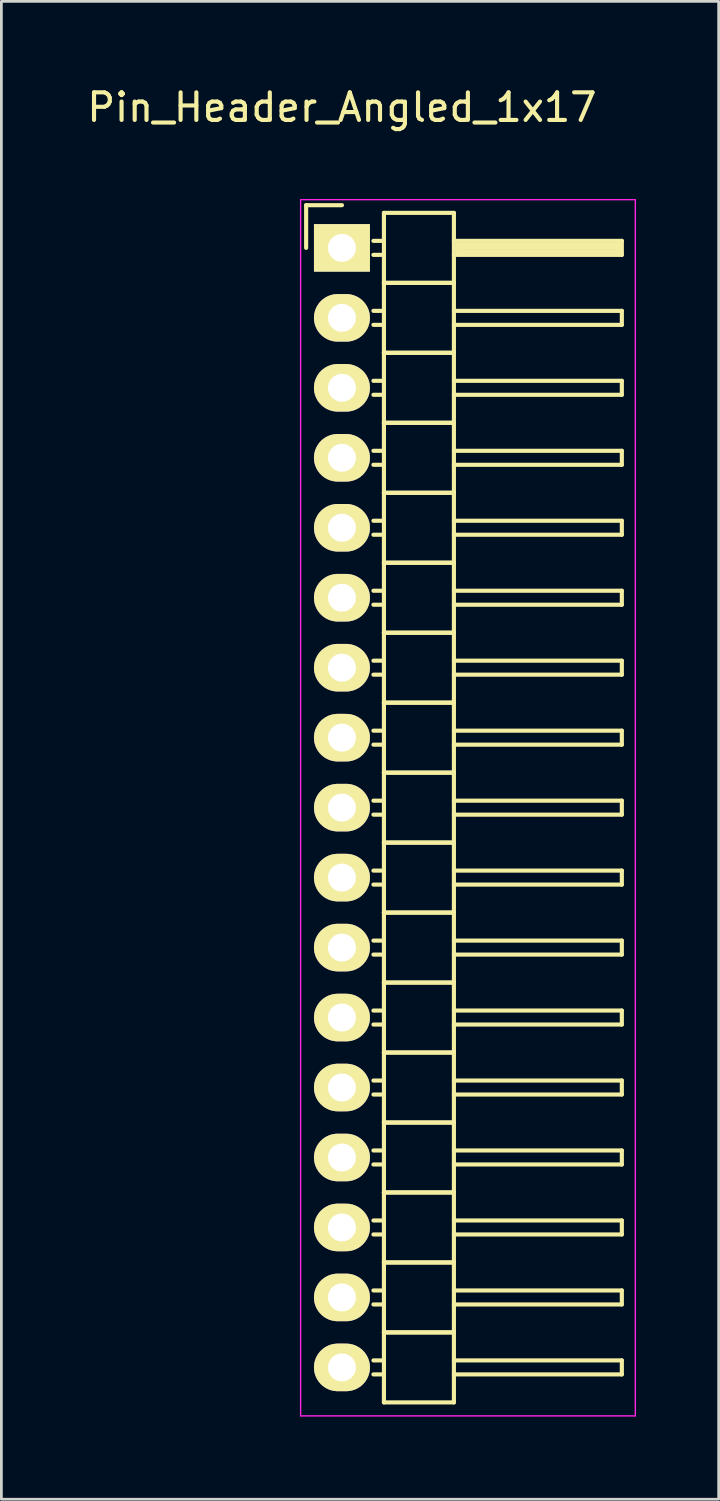
<source format=kicad_pcb>
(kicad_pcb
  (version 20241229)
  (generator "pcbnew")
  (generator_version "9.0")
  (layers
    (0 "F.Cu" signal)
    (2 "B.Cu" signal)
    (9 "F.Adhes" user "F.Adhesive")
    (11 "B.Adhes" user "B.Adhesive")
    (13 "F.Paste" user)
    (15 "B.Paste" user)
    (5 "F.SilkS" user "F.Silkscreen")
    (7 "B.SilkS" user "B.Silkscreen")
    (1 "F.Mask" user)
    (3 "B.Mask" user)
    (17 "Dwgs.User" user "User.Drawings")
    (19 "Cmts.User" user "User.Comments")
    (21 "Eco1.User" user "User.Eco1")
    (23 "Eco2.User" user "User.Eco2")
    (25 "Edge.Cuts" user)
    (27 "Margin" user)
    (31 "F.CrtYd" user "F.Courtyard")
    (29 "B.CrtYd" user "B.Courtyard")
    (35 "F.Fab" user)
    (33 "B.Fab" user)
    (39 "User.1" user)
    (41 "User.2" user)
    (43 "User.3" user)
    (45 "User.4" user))
  (footprint "Pin_Header_Angled_1x17"
    (layer "F.Cu")
    (at 9.363 5.948)
    (property "Reference" "Pin_Header_Angled_1x17" (at 0 -5.1 0) (layer "F.SilkS") (effects (font (size 1 1) (thickness 0.15))))
    (attr through_hole)
    (fp_line (start -1.3 -1.55) (end -1.3 0) (stroke (width 0.15) (type solid)) (layer "F.SilkS"))
    (fp_line (start 0 -1.55) (end -1.3 -1.55) (stroke (width 0.15) (type solid)) (layer "F.SilkS"))
    (fp_line (start 1.524 -1.27) (end 1.524 1.27) (stroke (width 0.15) (type solid)) (layer "F.SilkS"))
    (fp_line (start 1.524 -1.27) (end 4.064 -1.27) (stroke (width 0.15) (type solid)) (layer "F.SilkS"))
    (fp_line (start 1.524 -0.254) (end 1.143 -0.254) (stroke (width 0.15) (type solid)) (layer "F.SilkS"))
    (fp_line (start 1.524 0.254) (end 1.143 0.254) (stroke (width 0.15) (type solid)) (layer "F.SilkS"))
    (fp_line (start 1.524 1.27) (end 1.524 3.81) (stroke (width 0.15) (type solid)) (layer "F.SilkS"))
    (fp_line (start 1.524 1.27) (end 4.064 1.27) (stroke (width 0.15) (type solid)) (layer "F.SilkS"))
    (fp_line (start 1.524 1.27) (end 4.064 1.27) (stroke (width 0.15) (type solid)) (layer "F.SilkS"))
    (fp_line (start 1.524 2.286) (end 1.143 2.286) (stroke (width 0.15) (type solid)) (layer "F.SilkS"))
    (fp_line (start 1.524 2.794) (end 1.143 2.794) (stroke (width 0.15) (type solid)) (layer "F.SilkS"))
    (fp_line (start 1.524 3.81) (end 1.524 6.35) (stroke (width 0.15) (type solid)) (layer "F.SilkS"))
    (fp_line (start 1.524 3.81) (end 4.064 3.81) (stroke (width 0.15) (type solid)) (layer "F.SilkS"))
    (fp_line (start 1.524 3.81) (end 4.064 3.81) (stroke (width 0.15) (type solid)) (layer "F.SilkS"))
    (fp_line (start 1.524 4.826) (end 1.143 4.826) (stroke (width 0.15) (type solid)) (layer "F.SilkS"))
    (fp_line (start 1.524 5.334) (end 1.143 5.334) (stroke (width 0.15) (type solid)) (layer "F.SilkS"))
    (fp_line (start 1.524 6.35) (end 1.524 8.89) (stroke (width 0.15) (type solid)) (layer "F.SilkS"))
    (fp_line (start 1.524 6.35) (end 4.064 6.35) (stroke (width 0.15) (type solid)) (layer "F.SilkS"))
    (fp_line (start 1.524 6.35) (end 4.064 6.35) (stroke (width 0.15) (type solid)) (layer "F.SilkS"))
    (fp_line (start 1.524 7.366) (end 1.143 7.366) (stroke (width 0.15) (type solid)) (layer "F.SilkS"))
    (fp_line (start 1.524 7.874) (end 1.143 7.874) (stroke (width 0.15) (type solid)) (layer "F.SilkS"))
    (fp_line (start 1.524 8.89) (end 1.524 11.43) (stroke (width 0.15) (type solid)) (layer "F.SilkS"))
    (fp_line (start 1.524 8.89) (end 4.064 8.89) (stroke (width 0.15) (type solid)) (layer "F.SilkS"))
    (fp_line (start 1.524 8.89) (end 4.064 8.89) (stroke (width 0.15) (type solid)) (layer "F.SilkS"))
    (fp_line (start 1.524 9.906) (end 1.143 9.906) (stroke (width 0.15) (type solid)) (layer "F.SilkS"))
    (fp_line (start 1.524 10.414) (end 1.143 10.414) (stroke (width 0.15) (type solid)) (layer "F.SilkS"))
    (fp_line (start 1.524 11.43) (end 1.524 13.97) (stroke (width 0.15) (type solid)) (layer "F.SilkS"))
    (fp_line (start 1.524 11.43) (end 4.064 11.43) (stroke (width 0.15) (type solid)) (layer "F.SilkS"))
    (fp_line (start 1.524 11.43) (end 4.064 11.43) (stroke (width 0.15) (type solid)) (layer "F.SilkS"))
    (fp_line (start 1.524 12.446) (end 1.143 12.446) (stroke (width 0.15) (type solid)) (layer "F.SilkS"))
    (fp_line (start 1.524 12.954) (end 1.143 12.954) (stroke (width 0.15) (type solid)) (layer "F.SilkS"))
    (fp_line (start 1.524 13.97) (end 1.524 16.51) (stroke (width 0.15) (type solid)) (layer "F.SilkS"))
    (fp_line (start 1.524 13.97) (end 4.064 13.97) (stroke (width 0.15) (type solid)) (layer "F.SilkS"))
    (fp_line (start 1.524 13.97) (end 4.064 13.97) (stroke (width 0.15) (type solid)) (layer "F.SilkS"))
    (fp_line (start 1.524 14.986) (end 1.143 14.986) (stroke (width 0.15) (type solid)) (layer "F.SilkS"))
    (fp_line (start 1.524 15.494) (end 1.143 15.494) (stroke (width 0.15) (type solid)) (layer "F.SilkS"))
    (fp_line (start 1.524 16.51) (end 1.524 19.05) (stroke (width 0.15) (type solid)) (layer "F.SilkS"))
    (fp_line (start 1.524 16.51) (end 4.064 16.51) (stroke (width 0.15) (type solid)) (layer "F.SilkS"))
    (fp_line (start 1.524 16.51) (end 4.064 16.51) (stroke (width 0.15) (type solid)) (layer "F.SilkS"))
    (fp_line (start 1.524 17.526) (end 1.143 17.526) (stroke (width 0.15) (type solid)) (layer "F.SilkS"))
    (fp_line (start 1.524 18.034) (end 1.143 18.034) (stroke (width 0.15) (type solid)) (layer "F.SilkS"))
    (fp_line (start 1.524 19.05) (end 1.524 21.59) (stroke (width 0.15) (type solid)) (layer "F.SilkS"))
    (fp_line (start 1.524 19.05) (end 4.064 19.05) (stroke (width 0.15) (type solid)) (layer "F.SilkS"))
    (fp_line (start 1.524 19.05) (end 4.064 19.05) (stroke (width 0.15) (type solid)) (layer "F.SilkS"))
    (fp_line (start 1.524 20.066) (end 1.143 20.066) (stroke (width 0.15) (type solid)) (layer "F.SilkS"))
    (fp_line (start 1.524 20.574) (end 1.143 20.574) (stroke (width 0.15) (type solid)) (layer "F.SilkS"))
    (fp_line (start 1.524 21.59) (end 1.524 24.13) (stroke (width 0.15) (type solid)) (layer "F.SilkS"))
    (fp_line (start 1.524 21.59) (end 4.064 21.59) (stroke (width 0.15) (type solid)) (layer "F.SilkS"))
    (fp_line (start 1.524 21.59) (end 4.064 21.59) (stroke (width 0.15) (type solid)) (layer "F.SilkS"))
    (fp_line (start 1.524 22.606) (end 1.143 22.606) (stroke (width 0.15) (type solid)) (layer "F.SilkS"))
    (fp_line (start 1.524 23.114) (end 1.143 23.114) (stroke (width 0.15) (type solid)) (layer "F.SilkS"))
    (fp_line (start 1.524 24.13) (end 1.524 26.67) (stroke (width 0.15) (type solid)) (layer "F.SilkS"))
    (fp_line (start 1.524 24.13) (end 4.064 24.13) (stroke (width 0.15) (type solid)) (layer "F.SilkS"))
    (fp_line (start 1.524 24.13) (end 4.064 24.13) (stroke (width 0.15) (type solid)) (layer "F.SilkS"))
    (fp_line (start 1.524 25.146) (end 1.143 25.146) (stroke (width 0.15) (type solid)) (layer "F.SilkS"))
    (fp_line (start 1.524 25.654) (end 1.143 25.654) (stroke (width 0.15) (type solid)) (layer "F.SilkS"))
    (fp_line (start 1.524 26.67) (end 1.524 29.21) (stroke (width 0.15) (type solid)) (layer "F.SilkS"))
    (fp_line (start 1.524 26.67) (end 4.064 26.67) (stroke (width 0.15) (type solid)) (layer "F.SilkS"))
    (fp_line (start 1.524 26.67) (end 4.064 26.67) (stroke (width 0.15) (type solid)) (layer "F.SilkS"))
    (fp_line (start 1.524 27.686) (end 1.143 27.686) (stroke (width 0.15) (type solid)) (layer "F.SilkS"))
    (fp_line (start 1.524 28.194) (end 1.143 28.194) (stroke (width 0.15) (type solid)) (layer "F.SilkS"))
    (fp_line (start 1.524 29.21) (end 1.524 31.75) (stroke (width 0.15) (type solid)) (layer "F.SilkS"))
    (fp_line (start 1.524 29.21) (end 4.064 29.21) (stroke (width 0.15) (type solid)) (layer "F.SilkS"))
    (fp_line (start 1.524 29.21) (end 4.064 29.21) (stroke (width 0.15) (type solid)) (layer "F.SilkS"))
    (fp_line (start 1.524 30.226) (end 1.143 30.226) (stroke (width 0.15) (type solid)) (layer "F.SilkS"))
    (fp_line (start 1.524 30.734) (end 1.143 30.734) (stroke (width 0.15) (type solid)) (layer "F.SilkS"))
    (fp_line (start 1.524 31.75) (end 1.524 34.29) (stroke (width 0.15) (type solid)) (layer "F.SilkS"))
    (fp_line (start 1.524 31.75) (end 4.064 31.75) (stroke (width 0.15) (type solid)) (layer "F.SilkS"))
    (fp_line (start 1.524 31.75) (end 4.064 31.75) (stroke (width 0.15) (type solid)) (layer "F.SilkS"))
    (fp_line (start 1.524 32.766) (end 1.143 32.766) (stroke (width 0.15) (type solid)) (layer "F.SilkS"))
    (fp_line (start 1.524 33.274) (end 1.143 33.274) (stroke (width 0.15) (type solid)) (layer "F.SilkS"))
    (fp_line (start 1.524 34.29) (end 1.524 36.83) (stroke (width 0.15) (type solid)) (layer "F.SilkS"))
    (fp_line (start 1.524 34.29) (end 4.064 34.29) (stroke (width 0.15) (type solid)) (layer "F.SilkS"))
    (fp_line (start 1.524 34.29) (end 4.064 34.29) (stroke (width 0.15) (type solid)) (layer "F.SilkS"))
    (fp_line (start 1.524 35.306) (end 1.143 35.306) (stroke (width 0.15) (type solid)) (layer "F.SilkS"))
    (fp_line (start 1.524 35.814) (end 1.143 35.814) (stroke (width 0.15) (type solid)) (layer "F.SilkS"))
    (fp_line (start 1.524 36.83) (end 1.524 39.37) (stroke (width 0.15) (type solid)) (layer "F.SilkS"))
    (fp_line (start 1.524 36.83) (end 4.064 36.83) (stroke (width 0.15) (type solid)) (layer "F.SilkS"))
    (fp_line (start 1.524 36.83) (end 4.064 36.83) (stroke (width 0.15) (type solid)) (layer "F.SilkS"))
    (fp_line (start 1.524 37.846) (end 1.143 37.846) (stroke (width 0.15) (type solid)) (layer "F.SilkS"))
    (fp_line (start 1.524 38.354) (end 1.143 38.354) (stroke (width 0.15) (type solid)) (layer "F.SilkS"))
    (fp_line (start 1.524 39.37) (end 1.524 41.91) (stroke (width 0.15) (type solid)) (layer "F.SilkS"))
    (fp_line (start 1.524 39.37) (end 4.064 39.37) (stroke (width 0.15) (type solid)) (layer "F.SilkS"))
    (fp_line (start 1.524 39.37) (end 4.064 39.37) (stroke (width 0.15) (type solid)) (layer "F.SilkS"))
    (fp_line (start 1.524 40.386) (end 1.143 40.386) (stroke (width 0.15) (type solid)) (layer "F.SilkS"))
    (fp_line (start 1.524 40.894) (end 1.143 40.894) (stroke (width 0.15) (type solid)) (layer "F.SilkS"))
    (fp_line (start 1.524 41.91) (end 4.064 41.91) (stroke (width 0.15) (type solid)) (layer "F.SilkS"))
    (fp_line (start 4.064 -0.254) (end 10.16 -0.254) (stroke (width 0.15) (type solid)) (layer "F.SilkS"))
    (fp_line (start 4.064 1.27) (end 4.064 -1.27) (stroke (width 0.15) (type solid)) (layer "F.SilkS"))
    (fp_line (start 4.064 2.286) (end 10.16 2.286) (stroke (width 0.15) (type solid)) (layer "F.SilkS"))
    (fp_line (start 4.064 3.81) (end 4.064 1.27) (stroke (width 0.15) (type solid)) (layer "F.SilkS"))
    (fp_line (start 4.064 4.826) (end 10.16 4.826) (stroke (width 0.15) (type solid)) (layer "F.SilkS"))
    (fp_line (start 4.064 6.35) (end 4.064 3.81) (stroke (width 0.15) (type solid)) (layer "F.SilkS"))
    (fp_line (start 4.064 7.366) (end 10.16 7.366) (stroke (width 0.15) (type solid)) (layer "F.SilkS"))
    (fp_line (start 4.064 8.89) (end 4.064 6.35) (stroke (width 0.15) (type solid)) (layer "F.SilkS"))
    (fp_line (start 4.064 9.906) (end 10.16 9.906) (stroke (width 0.15) (type solid)) (layer "F.SilkS"))
    (fp_line (start 4.064 11.43) (end 4.064 8.89) (stroke (width 0.15) (type solid)) (layer "F.SilkS"))
    (fp_line (start 4.064 12.446) (end 10.16 12.446) (stroke (width 0.15) (type solid)) (layer "F.SilkS"))
    (fp_line (start 4.064 13.97) (end 4.064 11.43) (stroke (width 0.15) (type solid)) (layer "F.SilkS"))
    (fp_line (start 4.064 14.986) (end 10.16 14.986) (stroke (width 0.15) (type solid)) (layer "F.SilkS"))
    (fp_line (start 4.064 16.51) (end 4.064 13.97) (stroke (width 0.15) (type solid)) (layer "F.SilkS"))
    (fp_line (start 4.064 17.526) (end 10.16 17.526) (stroke (width 0.15) (type solid)) (layer "F.SilkS"))
    (fp_line (start 4.064 19.05) (end 4.064 16.51) (stroke (width 0.15) (type solid)) (layer "F.SilkS"))
    (fp_line (start 4.064 20.066) (end 10.16 20.066) (stroke (width 0.15) (type solid)) (layer "F.SilkS"))
    (fp_line (start 4.064 21.59) (end 4.064 19.05) (stroke (width 0.15) (type solid)) (layer "F.SilkS"))
    (fp_line (start 4.064 22.606) (end 10.16 22.606) (stroke (width 0.15) (type solid)) (layer "F.SilkS"))
    (fp_line (start 4.064 24.13) (end 4.064 21.59) (stroke (width 0.15) (type solid)) (layer "F.SilkS"))
    (fp_line (start 4.064 25.146) (end 10.16 25.146) (stroke (width 0.15) (type solid)) (layer "F.SilkS"))
    (fp_line (start 4.064 26.67) (end 4.064 24.13) (stroke (width 0.15) (type solid)) (layer "F.SilkS"))
    (fp_line (start 4.064 27.686) (end 10.16 27.686) (stroke (width 0.15) (type solid)) (layer "F.SilkS"))
    (fp_line (start 4.064 29.21) (end 4.064 26.67) (stroke (width 0.15) (type solid)) (layer "F.SilkS"))
    (fp_line (start 4.064 30.226) (end 10.16 30.226) (stroke (width 0.15) (type solid)) (layer "F.SilkS"))
    (fp_line (start 4.064 31.75) (end 4.064 29.21) (stroke (width 0.15) (type solid)) (layer "F.SilkS"))
    (fp_line (start 4.064 32.766) (end 10.16 32.766) (stroke (width 0.15) (type solid)) (layer "F.SilkS"))
    (fp_line (start 4.064 34.29) (end 4.064 31.75) (stroke (width 0.15) (type solid)) (layer "F.SilkS"))
    (fp_line (start 4.064 35.306) (end 10.16 35.306) (stroke (width 0.15) (type solid)) (layer "F.SilkS"))
    (fp_line (start 4.064 36.83) (end 4.064 34.29) (stroke (width 0.15) (type solid)) (layer "F.SilkS"))
    (fp_line (start 4.064 37.846) (end 10.16 37.846) (stroke (width 0.15) (type solid)) (layer "F.SilkS"))
    (fp_line (start 4.064 39.37) (end 4.064 36.83) (stroke (width 0.15) (type solid)) (layer "F.SilkS"))
    (fp_line (start 4.064 40.386) (end 10.16 40.386) (stroke (width 0.15) (type solid)) (layer "F.SilkS"))
    (fp_line (start 4.064 41.91) (end 4.064 39.37) (stroke (width 0.15) (type solid)) (layer "F.SilkS"))
    (fp_line (start 4.191 -0.127) (end 10.033 -0.127) (stroke (width 0.15) (type solid)) (layer "F.SilkS"))
    (fp_line (start 4.191 0) (end 10.033 0) (stroke (width 0.15) (type solid)) (layer "F.SilkS"))
    (fp_line (start 4.191 0.127) (end 4.191 0) (stroke (width 0.15) (type solid)) (layer "F.SilkS"))
    (fp_line (start 10.033 -0.127) (end 10.033 0.127) (stroke (width 0.15) (type solid)) (layer "F.SilkS"))
    (fp_line (start 10.033 0.127) (end 4.191 0.127) (stroke (width 0.15) (type solid)) (layer "F.SilkS"))
    (fp_line (start 10.16 -0.254) (end 10.16 0.254) (stroke (width 0.15) (type solid)) (layer "F.SilkS"))
    (fp_line (start 10.16 0.254) (end 4.064 0.254) (stroke (width 0.15) (type solid)) (layer "F.SilkS"))
    (fp_line (start 10.16 2.286) (end 10.16 2.794) (stroke (width 0.15) (type solid)) (layer "F.SilkS"))
    (fp_line (start 10.16 2.794) (end 4.064 2.794) (stroke (width 0.15) (type solid)) (layer "F.SilkS"))
    (fp_line (start 10.16 4.826) (end 10.16 5.334) (stroke (width 0.15) (type solid)) (layer "F.SilkS"))
    (fp_line (start 10.16 5.334) (end 4.064 5.334) (stroke (width 0.15) (type solid)) (layer "F.SilkS"))
    (fp_line (start 10.16 7.366) (end 10.16 7.874) (stroke (width 0.15) (type solid)) (layer "F.SilkS"))
    (fp_line (start 10.16 7.874) (end 4.064 7.874) (stroke (width 0.15) (type solid)) (layer "F.SilkS"))
    (fp_line (start 10.16 9.906) (end 10.16 10.414) (stroke (width 0.15) (type solid)) (layer "F.SilkS"))
    (fp_line (start 10.16 10.414) (end 4.064 10.414) (stroke (width 0.15) (type solid)) (layer "F.SilkS"))
    (fp_line (start 10.16 12.446) (end 10.16 12.954) (stroke (width 0.15) (type solid)) (layer "F.SilkS"))
    (fp_line (start 10.16 12.954) (end 4.064 12.954) (stroke (width 0.15) (type solid)) (layer "F.SilkS"))
    (fp_line (start 10.16 14.986) (end 10.16 15.494) (stroke (width 0.15) (type solid)) (layer "F.SilkS"))
    (fp_line (start 10.16 15.494) (end 4.064 15.494) (stroke (width 0.15) (type solid)) (layer "F.SilkS"))
    (fp_line (start 10.16 17.526) (end 10.16 18.034) (stroke (width 0.15) (type solid)) (layer "F.SilkS"))
    (fp_line (start 10.16 18.034) (end 4.064 18.034) (stroke (width 0.15) (type solid)) (layer "F.SilkS"))
    (fp_line (start 10.16 20.066) (end 10.16 20.574) (stroke (width 0.15) (type solid)) (layer "F.SilkS"))
    (fp_line (start 10.16 20.574) (end 4.064 20.574) (stroke (width 0.15) (type solid)) (layer "F.SilkS"))
    (fp_line (start 10.16 22.606) (end 10.16 23.114) (stroke (width 0.15) (type solid)) (layer "F.SilkS"))
    (fp_line (start 10.16 23.114) (end 4.064 23.114) (stroke (width 0.15) (type solid)) (layer "F.SilkS"))
    (fp_line (start 10.16 25.146) (end 10.16 25.654) (stroke (width 0.15) (type solid)) (layer "F.SilkS"))
    (fp_line (start 10.16 25.654) (end 4.064 25.654) (stroke (width 0.15) (type solid)) (layer "F.SilkS"))
    (fp_line (start 10.16 27.686) (end 10.16 28.194) (stroke (width 0.15) (type solid)) (layer "F.SilkS"))
    (fp_line (start 10.16 28.194) (end 4.064 28.194) (stroke (width 0.15) (type solid)) (layer "F.SilkS"))
    (fp_line (start 10.16 30.226) (end 10.16 30.734) (stroke (width 0.15) (type solid)) (layer "F.SilkS"))
    (fp_line (start 10.16 30.734) (end 4.064 30.734) (stroke (width 0.15) (type solid)) (layer "F.SilkS"))
    (fp_line (start 10.16 32.766) (end 10.16 33.274) (stroke (width 0.15) (type solid)) (layer "F.SilkS"))
    (fp_line (start 10.16 33.274) (end 4.064 33.274) (stroke (width 0.15) (type solid)) (layer "F.SilkS"))
    (fp_line (start 10.16 35.306) (end 10.16 35.814) (stroke (width 0.15) (type solid)) (layer "F.SilkS"))
    (fp_line (start 10.16 35.814) (end 4.064 35.814) (stroke (width 0.15) (type solid)) (layer "F.SilkS"))
    (fp_line (start 10.16 37.846) (end 10.16 38.354) (stroke (width 0.15) (type solid)) (layer "F.SilkS"))
    (fp_line (start 10.16 38.354) (end 4.064 38.354) (stroke (width 0.15) (type solid)) (layer "F.SilkS"))
    (fp_line (start 10.16 40.386) (end 10.16 40.894) (stroke (width 0.15) (type solid)) (layer "F.SilkS"))
    (fp_line (start 10.16 40.894) (end 4.064 40.894) (stroke (width 0.15) (type solid)) (layer "F.SilkS"))
    (fp_line (start -1.5 -1.75) (end -1.5 42.4) (stroke (width 0.05) (type solid)) (layer "F.CrtYd"))
    (fp_line (start -1.5 -1.75) (end 10.65 -1.75) (stroke (width 0.05) (type solid)) (layer "F.CrtYd"))
    (fp_line (start -1.5 42.4) (end 10.65 42.4) (stroke (width 0.05) (type solid)) (layer "F.CrtYd"))
    (fp_line (start 10.65 -1.75) (end 10.65 42.4) (stroke (width 0.05) (type solid)) (layer "F.CrtYd"))
    (pad "1" thru_hole rect (at 0 0) (size 2.032 1.727) (drill 1.016) (layers "*.Cu" "*.Mask" "F.SilkS"))
    (pad "2" thru_hole oval (at 0 2.54) (size 2.032 1.727) (drill 1.016) (layers "*.Cu" "*.Mask" "F.SilkS"))
    (pad "3" thru_hole oval (at 0 5.08) (size 2.032 1.727) (drill 1.016) (layers "*.Cu" "*.Mask" "F.SilkS"))
    (pad "4" thru_hole oval (at 0 7.62) (size 2.032 1.727) (drill 1.016) (layers "*.Cu" "*.Mask" "F.SilkS"))
    (pad "5" thru_hole oval (at 0 10.16) (size 2.032 1.727) (drill 1.016) (layers "*.Cu" "*.Mask" "F.SilkS"))
    (pad "6" thru_hole oval (at 0 12.7) (size 2.032 1.727) (drill 1.016) (layers "*.Cu" "*.Mask" "F.SilkS"))
    (pad "7" thru_hole oval (at 0 15.24) (size 2.032 1.727) (drill 1.016) (layers "*.Cu" "*.Mask" "F.SilkS"))
    (pad "8" thru_hole oval (at 0 17.78) (size 2.032 1.727) (drill 1.016) (layers "*.Cu" "*.Mask" "F.SilkS"))
    (pad "9" thru_hole oval (at 0 20.32) (size 2.032 1.727) (drill 1.016) (layers "*.Cu" "*.Mask" "F.SilkS"))
    (pad "10" thru_hole oval (at 0 22.86) (size 2.032 1.727) (drill 1.016) (layers "*.Cu" "*.Mask" "F.SilkS"))
    (pad "11" thru_hole oval (at 0 25.4) (size 2.032 1.727) (drill 1.016) (layers "*.Cu" "*.Mask" "F.SilkS"))
    (pad "12" thru_hole oval (at 0 27.94) (size 2.032 1.727) (drill 1.016) (layers "*.Cu" "*.Mask" "F.SilkS"))
    (pad "13" thru_hole oval (at 0 30.48) (size 2.032 1.727) (drill 1.016) (layers "*.Cu" "*.Mask" "F.SilkS"))
    (pad "14" thru_hole oval (at 0 33.02) (size 2.032 1.727) (drill 1.016) (layers "*.Cu" "*.Mask" "F.SilkS"))
    (pad "15" thru_hole oval (at 0 35.56) (size 2.032 1.727) (drill 1.016) (layers "*.Cu" "*.Mask" "F.SilkS"))
    (pad "16" thru_hole oval (at 0 38.1) (size 2.032 1.727) (drill 1.016) (layers "*.Cu" "*.Mask" "F.SilkS"))
    (pad "17" thru_hole oval (at 0 40.64) (size 2.032 1.727) (drill 1.016) (layers "*.Cu" "*.Mask" "F.SilkS")))
  (gr_rect
    (start -3 -3)
    (end 23.038 51.373)
    (stroke (width 0.1) (type default))
    (fill no)
    (layer "Edge.Cuts")))
</source>
